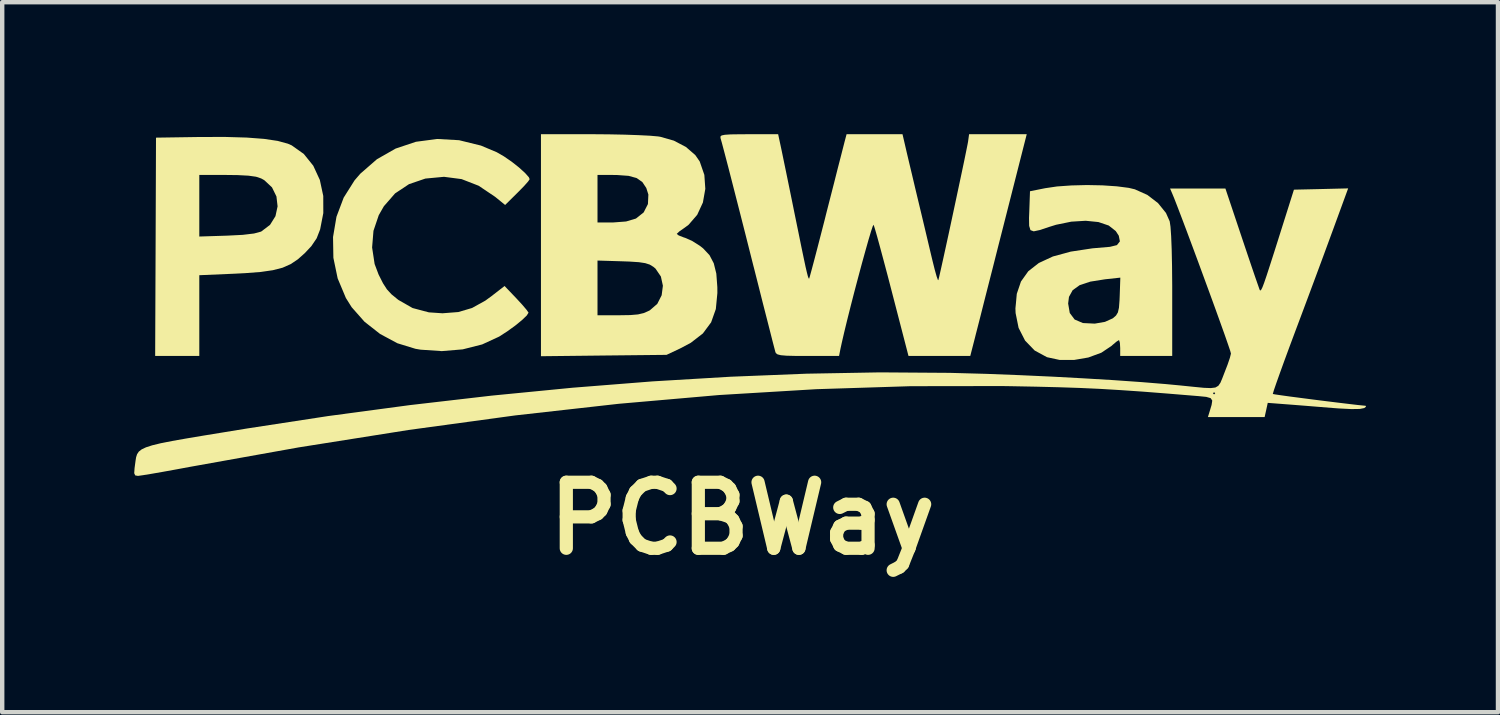
<source format=kicad_pcb>
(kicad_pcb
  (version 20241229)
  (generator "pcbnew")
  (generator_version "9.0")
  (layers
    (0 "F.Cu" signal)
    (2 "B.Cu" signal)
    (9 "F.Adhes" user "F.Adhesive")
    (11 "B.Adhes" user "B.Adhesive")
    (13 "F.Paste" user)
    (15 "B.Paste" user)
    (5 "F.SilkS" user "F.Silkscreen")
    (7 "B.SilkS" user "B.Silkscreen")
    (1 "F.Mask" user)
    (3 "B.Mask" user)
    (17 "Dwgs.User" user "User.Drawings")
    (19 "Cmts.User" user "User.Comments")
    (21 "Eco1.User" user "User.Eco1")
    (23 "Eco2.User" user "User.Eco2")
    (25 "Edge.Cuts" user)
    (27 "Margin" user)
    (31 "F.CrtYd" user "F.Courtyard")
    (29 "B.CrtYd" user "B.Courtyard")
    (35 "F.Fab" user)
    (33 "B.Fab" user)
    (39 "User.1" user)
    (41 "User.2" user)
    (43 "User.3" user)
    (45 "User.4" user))
  (footprint "PCBWay"
    (layer "F.Cu")
    (at 13.819 3.651)
    (property "Reference" "PCBWay" (at 0 5.08 0) (layer "F.SilkS") (effects (font (size 1.5 1.5) (thickness 0.3))))
    (attr board_only exclude_from_pos_files exclude_from_bom)
    (fp_poly (pts (xy -11.264 -3.575) (xy -10.869 -3.545) (xy -10.559 -3.499) (xy -10.328 -3.436) (xy -10.241 -3.398) (xy -9.965 -3.202) (xy -9.75 -2.935) (xy -9.601 -2.612) (xy -9.523 -2.248) (xy -9.522 -1.859) (xy -9.594 -1.488) (xy -9.673 -1.286) (xy -9.794 -1.107) (xy -9.941 -0.95) (xy -10.101 -0.808) (xy -10.264 -0.699) (xy -10.446 -0.618) (xy -10.667 -0.561) (xy -10.944 -0.521) (xy -11.294 -0.494) (xy -11.548 -0.481) (xy -12.34 -0.447) (xy -12.34 0.471) (xy -12.34 1.388) (xy -12.841 1.388) (xy -13.343 1.388) (xy -13.333 -1.093) (xy -13.327 -2.725) (xy -12.34 -2.725) (xy -12.34 -2.026) (xy -12.34 -1.326) (xy -11.71 -1.346) (xy -11.353 -1.364) (xy -11.095 -1.395) (xy -10.939 -1.437) (xy -10.931 -1.441) (xy -10.733 -1.591) (xy -10.609 -1.789) (xy -10.561 -2.012) (xy -10.587 -2.237) (xy -10.688 -2.443) (xy -10.864 -2.607) (xy -10.934 -2.646) (xy -11.051 -2.685) (xy -11.223 -2.709) (xy -11.469 -2.722) (xy -11.718 -2.725) (xy -12.34 -2.725) (xy -13.327 -2.725) (xy -13.324 -3.573) (xy -12.331 -3.588) (xy -11.749 -3.589)) (stroke (width 0) (type solid)) (fill yes) (layer "F.SilkS"))
    (fp_poly (pts (xy -6.437 -3.515) (xy -5.94 -3.393) (xy -5.581 -3.242) (xy -5.418 -3.148) (xy -5.242 -3.027) (xy -5.075 -2.895) (xy -4.938 -2.771) (xy -4.851 -2.673) (xy -4.833 -2.629) (xy -4.867 -2.578) (xy -4.957 -2.476) (xy -5.086 -2.344) (xy -5.112 -2.318) (xy -5.39 -2.043) (xy -5.617 -2.228) (xy -5.992 -2.48) (xy -6.38 -2.631) (xy -6.779 -2.683) (xy -7.203 -2.643) (xy -7.575 -2.516) (xy -7.891 -2.306) (xy -8.146 -2.014) (xy -8.262 -1.811) (xy -8.382 -1.456) (xy -8.413 -1.077) (xy -8.356 -0.702) (xy -8.266 -0.463) (xy -8.165 -0.263) (xy -8.076 -0.125) (xy -7.974 -0.014) (xy -7.832 0.102) (xy -7.812 0.117) (xy -7.493 0.299) (xy -7.124 0.397) (xy -6.813 0.418) (xy -6.454 0.39) (xy -6.142 0.298) (xy -5.839 0.13) (xy -5.697 0.026) (xy -5.403 -0.202) (xy -5.131 0.083) (xy -5.001 0.224) (xy -4.905 0.337) (xy -4.86 0.401) (xy -4.859 0.406) (xy -4.899 0.469) (xy -5.006 0.572) (xy -5.159 0.697) (xy -5.34 0.828) (xy -5.526 0.948) (xy -5.912 1.126) (xy -6.354 1.238) (xy -6.829 1.278) (xy -7.313 1.245) (xy -7.429 1.225) (xy -7.839 1.099) (xy -8.232 0.888) (xy -8.586 0.61) (xy -8.877 0.281) (xy -9.009 0.071) (xy -9.196 -0.375) (xy -9.293 -0.842) (xy -9.301 -1.314) (xy -9.223 -1.775) (xy -9.059 -2.21) (xy -8.812 -2.602) (xy -8.681 -2.754) (xy -8.303 -3.083) (xy -7.878 -3.325) (xy -7.418 -3.479) (xy -6.933 -3.543)) (stroke (width 0) (type solid)) (fill yes) (layer "F.SilkS"))
    (fp_poly (pts (xy -3.023 -3.648) (xy -2.674 -3.641) (xy -2.361 -3.63) (xy -2.101 -3.617) (xy -1.916 -3.601) (xy -1.865 -3.593) (xy -1.556 -3.505) (xy -1.282 -3.361) (xy -1.069 -3.177) (xy -0.968 -3.031) (xy -0.863 -2.727) (xy -0.841 -2.409) (xy -0.896 -2.099) (xy -1.025 -1.82) (xy -1.221 -1.593) (xy -1.324 -1.517) (xy -1.43 -1.443) (xy -1.487 -1.39) (xy -1.489 -1.384) (xy -1.446 -1.351) (xy -1.337 -1.308) (xy -1.296 -1.295) (xy -1.139 -1.225) (xy -0.965 -1.115) (xy -0.891 -1.057) (xy -0.746 -0.903) (xy -0.649 -0.718) (xy -0.591 -0.484) (xy -0.568 -0.177) (xy -0.567 -0.042) (xy -0.602 0.322) (xy -0.709 0.624) (xy -0.896 0.876) (xy -1.171 1.089) (xy -1.414 1.218) (xy -1.722 1.363) (xy -3.149 1.378) (xy -4.576 1.394) (xy -4.576 -0.78) (xy -3.291 -0.78) (xy -3.291 -0.159) (xy -3.291 0.463) (xy -2.796 0.463) (xy -2.547 0.459) (xy -2.371 0.444) (xy -2.239 0.413) (xy -2.124 0.362) (xy -2.101 0.35) (xy -1.932 0.203) (xy -1.833 0.008) (xy -1.805 -0.208) (xy -1.851 -0.418) (xy -1.973 -0.597) (xy -2.022 -0.638) (xy -2.104 -0.688) (xy -2.206 -0.721) (xy -2.351 -0.743) (xy -2.563 -0.757) (xy -2.729 -0.763) (xy -3.291 -0.78) (xy -4.576 -0.78) (xy -4.576 -1.128) (xy -4.576 -2.725) (xy -3.291 -2.725) (xy -3.291 -2.185) (xy -3.291 -1.645) (xy -2.944 -1.645) (xy -2.641 -1.668) (xy -2.419 -1.734) (xy -2.417 -1.735) (xy -2.242 -1.874) (xy -2.145 -2.064) (xy -2.135 -2.28) (xy -2.182 -2.428) (xy -2.272 -2.564) (xy -2.4 -2.654) (xy -2.586 -2.705) (xy -2.849 -2.724) (xy -2.938 -2.725) (xy -3.291 -2.725) (xy -4.576 -2.725) (xy -4.576 -3.651) (xy -3.385 -3.651)) (stroke (width 0) (type solid)) (fill yes) (layer "F.SilkS"))
    (fp_poly (pts (xy 8.185 -2.489) (xy 8.511 -2.467) (xy 8.781 -2.432) (xy 8.92 -2.399) (xy 9.203 -2.272) (xy 9.446 -2.086) (xy 9.627 -1.862) (xy 9.712 -1.671) (xy 9.73 -1.549) (xy 9.745 -1.334) (xy 9.757 -1.033) (xy 9.765 -0.655) (xy 9.769 -0.209) (xy 9.769 -0.039) (xy 9.769 1.388) (xy 9.178 1.388) (xy 8.587 1.388) (xy 8.587 1.208) (xy 8.58 1.089) (xy 8.562 1.03) (xy 8.559 1.028) (xy 8.506 1.06) (xy 8.413 1.138) (xy 8.392 1.158) (xy 8.159 1.314) (xy 7.863 1.423) (xy 7.536 1.479) (xy 7.209 1.478) (xy 6.923 1.416) (xy 6.643 1.264) (xy 6.425 1.038) (xy 6.278 0.75) (xy 6.21 0.413) (xy 6.206 0.307) (xy 6.217 0.196) (xy 7.404 0.196) (xy 7.441 0.412) (xy 7.552 0.56) (xy 7.739 0.64) (xy 8.004 0.653) (xy 8.01 0.653) (xy 8.241 0.613) (xy 8.414 0.535) (xy 8.422 0.53) (xy 8.492 0.469) (xy 8.535 0.398) (xy 8.559 0.29) (xy 8.572 0.118) (xy 8.576 0.017) (xy 8.59 -0.392) (xy 8.241 -0.354) (xy 7.908 -0.301) (xy 7.666 -0.221) (xy 7.507 -0.107) (xy 7.423 0.045) (xy 7.404 0.196) (xy 6.217 0.196) (xy 6.237 -0.024) (xy 6.332 -0.304) (xy 6.498 -0.537) (xy 6.738 -0.725) (xy 7.058 -0.873) (xy 7.463 -0.983) (xy 7.958 -1.058) (xy 8.355 -1.092) (xy 8.513 -1.131) (xy 8.58 -1.216) (xy 8.555 -1.344) (xy 8.486 -1.45) (xy 8.326 -1.576) (xy 8.092 -1.655) (xy 7.803 -1.684) (xy 7.476 -1.664) (xy 7.129 -1.593) (xy 6.972 -1.544) (xy 6.758 -1.473) (xy 6.622 -1.444) (xy 6.548 -1.471) (xy 6.518 -1.568) (xy 6.515 -1.746) (xy 6.521 -1.897) (xy 6.537 -2.355) (xy 6.881 -2.424) (xy 7.152 -2.464) (xy 7.478 -2.487) (xy 7.832 -2.496)) (stroke (width 0) (type solid)) (fill yes) (layer "F.SilkS"))
    (fp_poly (pts (xy 0.872 -3.381) (xy 0.899 -3.254) (xy 0.942 -3.045) (xy 0.999 -2.77) (xy 1.065 -2.448) (xy 1.137 -2.096) (xy 1.183 -1.868) (xy 1.272 -1.434) (xy 1.342 -1.09) (xy 1.397 -0.827) (xy 1.438 -0.634) (xy 1.469 -0.502) (xy 1.49 -0.421) (xy 1.505 -0.38) (xy 1.515 -0.369) (xy 1.519 -0.371) (xy 1.535 -0.423) (xy 1.573 -0.562) (xy 1.63 -0.775) (xy 1.702 -1.05) (xy 1.786 -1.375) (xy 1.879 -1.736) (xy 1.901 -1.826) (xy 1.998 -2.205) (xy 2.089 -2.56) (xy 2.169 -2.877) (xy 2.237 -3.14) (xy 2.287 -3.336) (xy 2.316 -3.449) (xy 2.318 -3.458) (xy 2.369 -3.651) (xy 3.005 -3.651) (xy 3.64 -3.651) (xy 3.703 -3.381) (xy 3.735 -3.242) (xy 3.786 -3.026) (xy 3.851 -2.754) (xy 3.923 -2.449) (xy 3.986 -2.185) (xy 4.067 -1.848) (xy 4.149 -1.504) (xy 4.225 -1.183) (xy 4.289 -0.913) (xy 4.323 -0.771) (xy 4.373 -0.571) (xy 4.415 -0.421) (xy 4.444 -0.34) (xy 4.454 -0.334) (xy 4.473 -0.409) (xy 4.509 -0.568) (xy 4.56 -0.797) (xy 4.622 -1.08) (xy 4.692 -1.401) (xy 4.766 -1.746) (xy 4.841 -2.097) (xy 4.914 -2.44) (xy 4.982 -2.76) (xy 5.041 -3.04) (xy 5.087 -3.265) (xy 5.118 -3.419) (xy 5.13 -3.484) (xy 5.153 -3.651) (xy 5.808 -3.651) (xy 6.463 -3.651) (xy 5.93 -1.555) (xy 5.811 -1.089) (xy 5.697 -0.638) (xy 5.589 -0.216) (xy 5.492 0.165) (xy 5.41 0.49) (xy 5.344 0.748) (xy 5.299 0.923) (xy 5.289 0.964) (xy 5.18 1.388) (xy 4.478 1.388) (xy 3.776 1.388) (xy 3.397 -0.074) (xy 3.3 -0.447) (xy 3.209 -0.789) (xy 3.129 -1.087) (xy 3.063 -1.328) (xy 3.014 -1.498) (xy 2.986 -1.586) (xy 2.983 -1.593) (xy 2.963 -1.558) (xy 2.923 -1.437) (xy 2.866 -1.246) (xy 2.796 -0.998) (xy 2.716 -0.709) (xy 2.631 -0.392) (xy 2.544 -0.063) (xy 2.46 0.264) (xy 2.382 0.575) (xy 2.314 0.855) (xy 2.26 1.089) (xy 2.231 1.222) (xy 2.198 1.388) (xy 1.488 1.388) (xy 1.202 1.387) (xy 1.003 1.382) (xy 0.875 1.371) (xy 0.8 1.352) (xy 0.763 1.324) (xy 0.751 1.298) (xy 0.733 1.229) (xy 0.692 1.072) (xy 0.633 0.839) (xy 0.557 0.541) (xy 0.467 0.19) (xy 0.368 -0.203) (xy 0.261 -0.625) (xy 0.256 -0.643) (xy 0.077 -1.352) (xy -0.079 -1.965) (xy -0.212 -2.484) (xy -0.32 -2.905) (xy -0.405 -3.229) (xy -0.465 -3.455) (xy -0.495 -3.561) (xy -0.498 -3.597) (xy -0.471 -3.623) (xy -0.398 -3.638) (xy -0.265 -3.647) (xy -0.055 -3.65) (xy 0.147 -3.651) (xy 0.814 -3.651)) (stroke (width 0) (type solid)) (fill yes) (layer "F.SilkS"))
    (fp_poly (pts (xy 13.432 -1.505) (xy 13.321 -1.203) (xy 13.183 -0.828) (xy 13.027 -0.407) (xy 12.862 0.036) (xy 12.697 0.477) (xy 12.568 0.821) (xy 12.434 1.18) (xy 12.314 1.506) (xy 12.212 1.788) (xy 12.132 2.013) (xy 12.078 2.171) (xy 12.056 2.247) (xy 12.056 2.252) (xy 12.108 2.262) (xy 12.244 2.282) (xy 12.445 2.31) (xy 12.692 2.342) (xy 12.968 2.378) (xy 13.254 2.414) (xy 13.53 2.448) (xy 13.779 2.478) (xy 13.983 2.502) (xy 14.122 2.516) (xy 14.165 2.52) (xy 14.172 2.542) (xy 14.132 2.572) (xy 14.034 2.592) (xy 13.842 2.595) (xy 13.561 2.581) (xy 13.412 2.57) (xy 13.115 2.546) (xy 12.807 2.521) (xy 12.528 2.499) (xy 12.359 2.486) (xy 11.94 2.454) (xy 11.905 2.615) (xy 11.869 2.777) (xy 11.225 2.777) (xy 10.58 2.777) (xy 10.616 2.661) (xy 10.664 2.501) (xy 10.679 2.402) (xy 10.643 2.347) (xy 10.543 2.318) (xy 10.361 2.3) (xy 10.275 2.293) (xy 9.644 2.241) (xy 9.592 2.237) (xy 10.695 2.237) (xy 10.72 2.262) (xy 10.746 2.237) (xy 10.72 2.211) (xy 10.695 2.237) (xy 9.592 2.237) (xy 9.092 2.198) (xy 8.595 2.164) (xy 8.129 2.136) (xy 7.67 2.115) (xy 7.194 2.099) (xy 6.679 2.086) (xy 6.1 2.075) (xy 5.899 2.072) (xy 3.823 2.075) (xy 1.681 2.143) (xy -0.529 2.276) (xy -2.808 2.475) (xy -5.159 2.739) (xy -7.584 3.07) (xy -10.083 3.466) (xy -12.54 3.906) (xy -12.869 3.967) (xy -13.167 4.021) (xy -13.42 4.065) (xy -13.61 4.096) (xy -13.721 4.112) (xy -13.739 4.113) (xy -13.797 4.102) (xy -13.819 4.052) (xy -13.811 3.937) (xy -13.802 3.869) (xy -13.789 3.772) (xy -13.776 3.69) (xy -13.754 3.621) (xy -13.715 3.562) (xy -13.65 3.511) (xy -13.551 3.464) (xy -13.408 3.418) (xy -13.215 3.371) (xy -12.961 3.321) (xy -12.639 3.264) (xy -12.24 3.197) (xy -11.756 3.118) (xy -11.26 3.037) (xy -9.414 2.754) (xy -7.556 2.505) (xy -5.701 2.29) (xy -3.859 2.11) (xy -2.044 1.966) (xy -0.267 1.86) (xy 1.459 1.791) (xy 3.123 1.761) (xy 4.711 1.772) (xy 5.553 1.795) (xy 6.301 1.824) (xy 7.044 1.858) (xy 7.765 1.897) (xy 8.446 1.938) (xy 9.071 1.982) (xy 9.622 2.027) (xy 9.949 2.058) (xy 10.262 2.09) (xy 10.489 2.112) (xy 10.646 2.118) (xy 10.75 2.105) (xy 10.817 2.066) (xy 10.864 1.998) (xy 10.907 1.896) (xy 10.954 1.774) (xy 11.026 1.588) (xy 11.079 1.433) (xy 11.103 1.337) (xy 11.103 1.331) (xy 11.087 1.271) (xy 11.038 1.127) (xy 10.964 0.914) (xy 10.867 0.643) (xy 10.754 0.329) (xy 10.628 -0.017) (xy 10.495 -0.379) (xy 10.36 -0.747) (xy 10.227 -1.105) (xy 10.101 -1.443) (xy 9.987 -1.745) (xy 9.89 -1.999) (xy 9.815 -2.192) (xy 9.77 -2.301) (xy 9.72 -2.417) (xy 10.349 -2.417) (xy 10.978 -2.417) (xy 11.361 -1.273) (xy 11.47 -0.949) (xy 11.568 -0.659) (xy 11.651 -0.416) (xy 11.714 -0.235) (xy 11.751 -0.129) (xy 11.76 -0.107) (xy 11.774 -0.099) (xy 11.792 -0.118) (xy 11.82 -0.174) (xy 11.86 -0.28) (xy 11.916 -0.444) (xy 11.992 -0.678) (xy 12.093 -0.992) (xy 12.178 -1.261) (xy 12.535 -2.391) (xy 13.151 -2.405) (xy 13.767 -2.42)) (stroke (width 0) (type solid)) (fill yes) (layer "F.SilkS")))
  (gr_rect
    (start -3 -3)
    (end 30.991 13.135)
    (stroke (width 0.1) (type default))
    (fill no)
    (layer "Edge.Cuts")))
</source>
